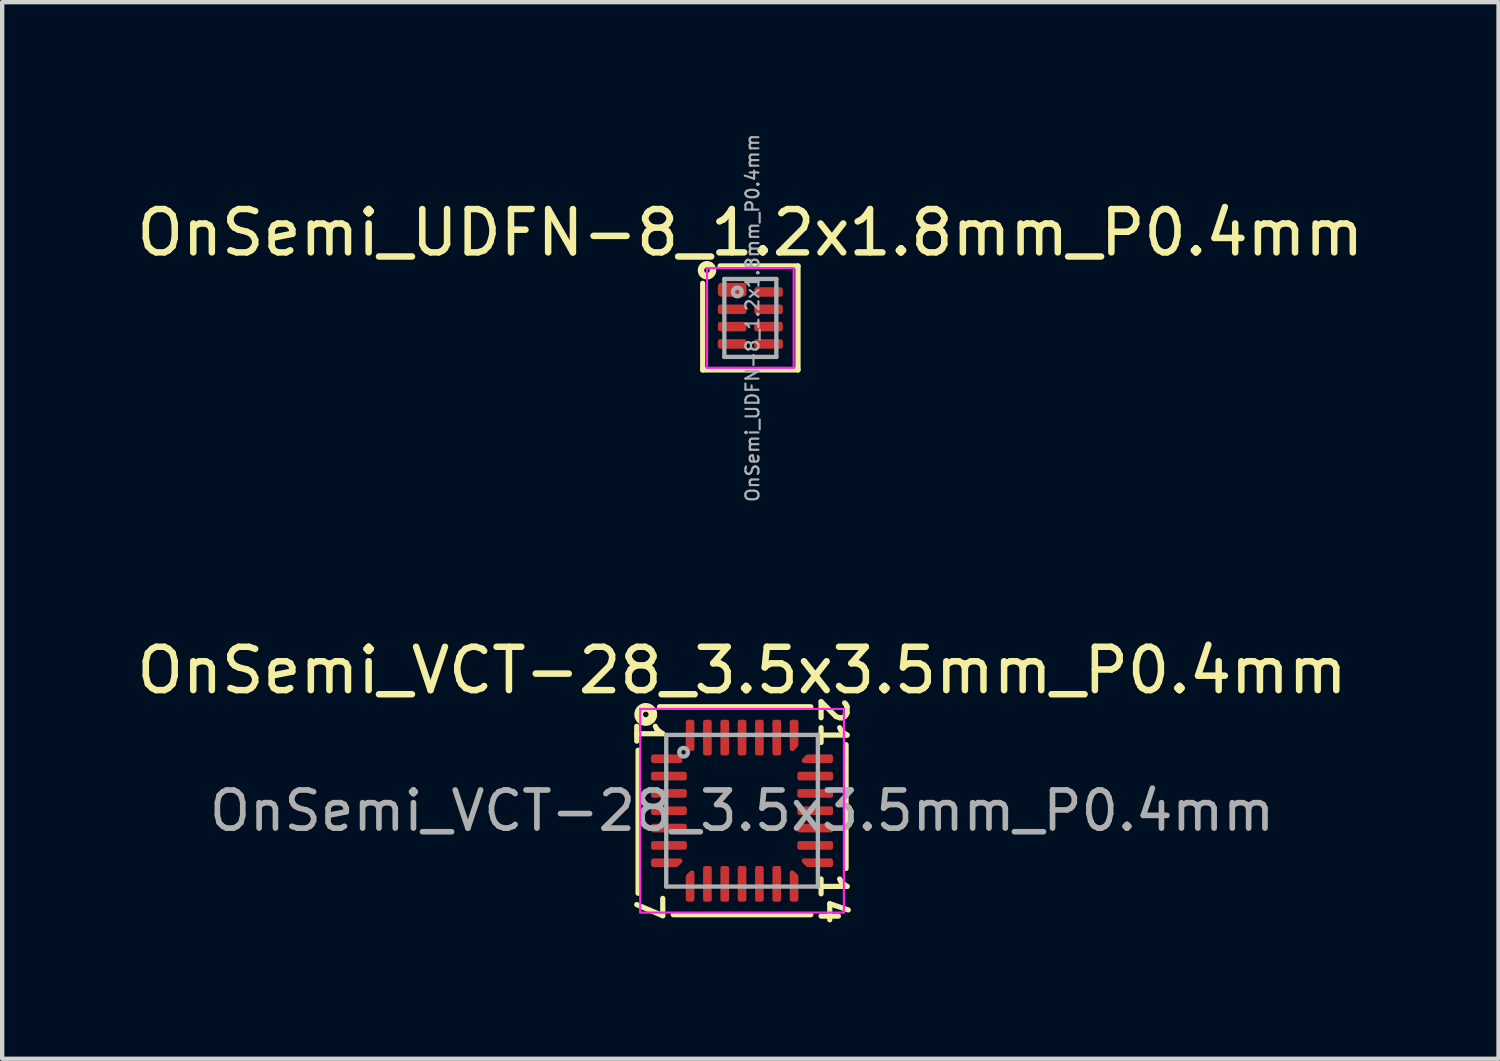
<source format=kicad_pcb>
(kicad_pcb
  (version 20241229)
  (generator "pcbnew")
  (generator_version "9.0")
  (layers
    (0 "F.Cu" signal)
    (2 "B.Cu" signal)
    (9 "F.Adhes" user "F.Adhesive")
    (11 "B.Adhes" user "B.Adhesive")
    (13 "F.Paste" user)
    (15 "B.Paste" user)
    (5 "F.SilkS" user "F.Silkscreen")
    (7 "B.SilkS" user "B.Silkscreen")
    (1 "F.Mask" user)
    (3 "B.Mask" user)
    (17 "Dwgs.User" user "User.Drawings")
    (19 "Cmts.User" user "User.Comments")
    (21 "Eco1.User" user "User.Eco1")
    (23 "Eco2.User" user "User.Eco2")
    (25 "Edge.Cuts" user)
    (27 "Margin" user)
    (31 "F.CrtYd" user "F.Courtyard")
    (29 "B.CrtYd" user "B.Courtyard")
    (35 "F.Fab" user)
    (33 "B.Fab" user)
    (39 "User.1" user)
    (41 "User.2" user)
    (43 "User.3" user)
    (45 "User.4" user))
  (footprint "OnSemi_UDFN-8_1.2x1.8mm_P0.4mm"
    (layer "F.Cu")
    (at 14.268 4.288)
    (property "Reference" "OnSemi_UDFN-8_1.2x1.8mm_P0.4mm" (at 0 -1.968 0) (layer "F.SilkS") (effects (font (size 1 1) (thickness 0.15))))
    (attr smd)
    (fp_line (start -1.1 -0.8) (end -1.1 1.2) (stroke (width 0.12) (type solid)) (layer "F.SilkS"))
    (fp_line (start -1.1 1.2) (end 1.1 1.2) (stroke (width 0.12) (type solid)) (layer "F.SilkS"))
    (fp_line (start 1.1 -1.2) (end -0.699 -1.2) (stroke (width 0.12) (type solid)) (layer "F.SilkS"))
    (fp_line (start 1.1 1.2) (end 1.1 -1.2) (stroke (width 0.12) (type solid)) (layer "F.SilkS"))
    (fp_circle (center -1 -1.1) (end -0.936 -1.1) (stroke (width 0.15) (type solid)) (fill no) (layer "F.SilkS"))
    (fp_line (start -1 -1.15) (end 1 -1.15) (stroke (width 0.05) (type solid)) (layer "F.CrtYd"))
    (fp_line (start -1 1.15) (end -1 -1.15) (stroke (width 0.05) (type solid)) (layer "F.CrtYd"))
    (fp_line (start 1 -1.15) (end 1 1.15) (stroke (width 0.05) (type solid)) (layer "F.CrtYd"))
    (fp_line (start 1 1.15) (end -1 1.15) (stroke (width 0.05) (type solid)) (layer "F.CrtYd"))
    (fp_line (start -0.6 -0.9) (end 0.6 -0.9) (stroke (width 0.1) (type solid)) (layer "F.Fab"))
    (fp_line (start -0.6 0.9) (end -0.6 -0.9) (stroke (width 0.1) (type solid)) (layer "F.Fab"))
    (fp_line (start 0.6 -0.9) (end 0.6 0.9) (stroke (width 0.1) (type solid)) (layer "F.Fab"))
    (fp_line (start 0.6 0.9) (end -0.6 0.9) (stroke (width 0.1) (type solid)) (layer "F.Fab"))
    (fp_circle (center -0.3 -0.6) (end -0.2 -0.6) (stroke (width 0.1) (type solid)) (fill no) (layer "F.Fab"))
    (fp_text user "${REFERENCE}" (at 0.05 0 90) (layer "F.Fab") (effects (font (size 0.3 0.3) (thickness 0.05))))
    (pad "1" smd roundrect (at -0.42 -0.65) (size 0.66 0.32) (layers "F.Cu" "F.Mask" "F.Paste") (roundrect_rratio 0.25))
    (pad "2" smd roundrect (at -0.42 -0.2) (size 0.66 0.22) (layers "F.Cu" "F.Mask" "F.Paste") (roundrect_rratio 0.25))
    (pad "3" smd roundrect (at -0.42 0.2) (size 0.66 0.22) (layers "F.Cu" "F.Mask" "F.Paste") (roundrect_rratio 0.25))
    (pad "4" smd roundrect (at -0.42 0.6) (size 0.66 0.22) (layers "F.Cu" "F.Mask" "F.Paste") (roundrect_rratio 0.25))
    (pad "5" smd roundrect (at 0.42 0.6) (size 0.66 0.22) (layers "F.Cu" "F.Mask" "F.Paste") (roundrect_rratio 0.25))
    (pad "6" smd roundrect (at 0.42 0.2) (size 0.66 0.22) (layers "F.Cu" "F.Mask" "F.Paste") (roundrect_rratio 0.25))
    (pad "7" smd roundrect (at 0.42 -0.2) (size 0.66 0.22) (layers "F.Cu" "F.Mask" "F.Paste") (roundrect_rratio 0.25))
    (pad "8" smd roundrect (at 0.42 -0.6) (size 0.66 0.22) (layers "F.Cu" "F.Mask" "F.Paste") (roundrect_rratio 0.25)))
  (footprint "OnSemi_VCT-28_3.5x3.5mm_P0.4mm"
    (layer "F.Cu")
    (at 14.077 15.662)
    (property "Reference" "OnSemi_VCT-28_3.5x3.5mm_P0.4mm" (at 0 -3.239 0) (layer "F.SilkS") (effects (font (size 1 1) (thickness 0.15))))
    (attr smd)
    (fp_line (start -2.4 1.905) (end -2.4 -1.397) (stroke (width 0.12) (type solid)) (layer "F.SilkS"))
    (fp_line (start -1.905 -2.4) (end 1.587 -2.4) (stroke (width 0.12) (type solid)) (layer "F.SilkS"))
    (fp_line (start 1.587 2.4) (end -1.587 2.4) (stroke (width 0.12) (type solid)) (layer "F.SilkS"))
    (fp_line (start 2.4 -1.524) (end 2.4 1.333) (stroke (width 0.12) (type solid)) (layer "F.SilkS"))
    (fp_circle (center -2.223 -2.223) (end -2.159 -2.223) (stroke (width 0.2) (type solid)) (fill no) (layer "F.SilkS"))
    (fp_line (start -2.35 -2.35) (end -2.35 2.35) (stroke (width 0.05) (type solid)) (layer "F.CrtYd"))
    (fp_line (start -2.35 2.35) (end 2.35 2.35) (stroke (width 0.05) (type solid)) (layer "F.CrtYd"))
    (fp_line (start 2.35 -2.35) (end -2.35 -2.35) (stroke (width 0.05) (type solid)) (layer "F.CrtYd"))
    (fp_line (start 2.35 2.35) (end 2.35 -2.35) (stroke (width 0.05) (type solid)) (layer "F.CrtYd"))
    (fp_line (start -1.75 -1.75) (end 1.75 -1.75) (stroke (width 0.1) (type solid)) (layer "F.Fab"))
    (fp_line (start -1.75 1.75) (end -1.75 -1.75) (stroke (width 0.1) (type solid)) (layer "F.Fab"))
    (fp_line (start 1.75 -1.75) (end 1.75 1.75) (stroke (width 0.1) (type solid)) (layer "F.Fab"))
    (fp_line (start 1.75 1.75) (end -1.75 1.75) (stroke (width 0.1) (type solid)) (layer "F.Fab"))
    (fp_circle (center -1.35 -1.35) (end -1.25 -1.35) (stroke (width 0.1) (type solid)) (fill no) (layer "F.Fab"))
    (fp_text user "1" (at -2.159 -1.778 270) (unlocked yes) (layer "F.SilkS") (effects (font (size 0.6 0.6) (thickness 0.12))))
    (fp_text user "14" (at 2.095 2.032 270) (unlocked yes) (layer "F.SilkS") (effects (font (size 0.6 0.6) (thickness 0.12))))
    (fp_text user "7" (at -2.159 2.223 270) (unlocked yes) (layer "F.SilkS") (effects (font (size 0.6 0.6) (thickness 0.12))))
    (fp_text user "21" (at 2.095 -2.032 270) (unlocked yes) (layer "F.SilkS") (effects (font (size 0.6 0.6) (thickness 0.12))))
    (fp_text user "${REFERENCE}" (at 0 0 0) (layer "F.Fab") (effects (font (size 0.88 0.88) (thickness 0.13))))
    (pad "1" smd custom (at -1.738 -1.2) (size 0.136 0.136) (layers "F.Cu" "F.Mask" "F.Paste") (options (anchor circle)) (primitives (gr_poly (pts (xy 0.312 0.04) (xy 0.312 0.05) (xy -0.312 0.05) (xy -0.312 -0.05) (xy 0.223 -0.05)) (width 0.1) (fill yes))))
    (pad "2" smd roundrect (at -1.688 -0.8) (size 0.825 0.2) (layers "F.Cu" "F.Mask" "F.Paste") (roundrect_rratio 0.25))
    (pad "3" smd roundrect (at -1.688 -0.4) (size 0.825 0.2) (layers "F.Cu" "F.Mask" "F.Paste") (roundrect_rratio 0.25))
    (pad "4" smd roundrect (at -1.688 0) (size 0.825 0.2) (layers "F.Cu" "F.Mask" "F.Paste") (roundrect_rratio 0.25))
    (pad "5" smd roundrect (at -1.688 0.4) (size 0.825 0.2) (layers "F.Cu" "F.Mask" "F.Paste") (roundrect_rratio 0.25))
    (pad "6" smd roundrect (at -1.688 0.8) (size 0.825 0.2) (layers "F.Cu" "F.Mask" "F.Paste") (roundrect_rratio 0.25))
    (pad "7" smd custom (at -1.738 1.2) (size 0.136 0.136) (layers "F.Cu" "F.Mask" "F.Paste") (options (anchor circle)) (primitives (gr_poly (pts (xy 0.312 -0.04) (xy 0.223 0.05) (xy -0.312 0.05) (xy -0.312 -0.05) (xy 0.312 -0.05)) (width 0.1) (fill yes))))
    (pad "8" smd custom (at -1.2 1.738) (size 0.136 0.136) (layers "F.Cu" "F.Mask" "F.Paste") (options (anchor circle)) (primitives (gr_poly (pts (xy 0.05 0.312) (xy -0.05 0.312) (xy -0.05 -0.223) (xy 0.04 -0.312) (xy 0.05 -0.312)) (width 0.1) (fill yes))))
    (pad "9" smd roundrect (at -0.8 1.688) (size 0.2 0.825) (layers "F.Cu" "F.Mask" "F.Paste") (roundrect_rratio 0.25))
    (pad "10" smd roundrect (at -0.4 1.688) (size 0.2 0.825) (layers "F.Cu" "F.Mask" "F.Paste") (roundrect_rratio 0.25))
    (pad "11" smd roundrect (at 0 1.688) (size 0.2 0.825) (layers "F.Cu" "F.Mask" "F.Paste") (roundrect_rratio 0.25))
    (pad "12" smd roundrect (at 0.4 1.688) (size 0.2 0.825) (layers "F.Cu" "F.Mask" "F.Paste") (roundrect_rratio 0.25))
    (pad "13" smd roundrect (at 0.8 1.688) (size 0.2 0.825) (layers "F.Cu" "F.Mask" "F.Paste") (roundrect_rratio 0.25))
    (pad "14" smd custom (at 1.2 1.738) (size 0.136 0.136) (layers "F.Cu" "F.Mask" "F.Paste") (options (anchor circle)) (primitives (gr_poly (pts (xy 0.05 -0.223) (xy 0.05 0.312) (xy -0.05 0.312) (xy -0.05 -0.312) (xy -0.04 -0.312)) (width 0.1) (fill yes))))
    (pad "15" smd custom (at 1.738 1.2) (size 0.136 0.136) (layers "F.Cu" "F.Mask" "F.Paste") (options (anchor circle)) (primitives (gr_poly (pts (xy 0.312 0.05) (xy -0.223 0.05) (xy -0.312 -0.04) (xy -0.312 -0.05) (xy 0.312 -0.05)) (width 0.1) (fill yes))))
    (pad "16" smd roundrect (at 1.688 0.8) (size 0.825 0.2) (layers "F.Cu" "F.Mask" "F.Paste") (roundrect_rratio 0.25))
    (pad "17" smd roundrect (at 1.688 0.4) (size 0.825 0.2) (layers "F.Cu" "F.Mask" "F.Paste") (roundrect_rratio 0.25))
    (pad "18" smd roundrect (at 1.688 0) (size 0.825 0.2) (layers "F.Cu" "F.Mask" "F.Paste") (roundrect_rratio 0.25))
    (pad "19" smd roundrect (at 1.688 -0.4) (size 0.825 0.2) (layers "F.Cu" "F.Mask" "F.Paste") (roundrect_rratio 0.25))
    (pad "20" smd roundrect (at 1.688 -0.8) (size 0.825 0.2) (layers "F.Cu" "F.Mask" "F.Paste") (roundrect_rratio 0.25))
    (pad "21" smd custom (at 1.738 -1.2) (size 0.136 0.136) (layers "F.Cu" "F.Mask" "F.Paste") (options (anchor circle)) (primitives (gr_poly (pts (xy 0.312 0.05) (xy -0.312 0.05) (xy -0.312 0.04) (xy -0.223 -0.05) (xy 0.312 -0.05)) (width 0.1) (fill yes))))
    (pad "22" smd custom (at 1.2 -1.738) (size 0.136 0.136) (layers "F.Cu" "F.Mask" "F.Paste") (options (anchor circle)) (primitives (gr_poly (pts (xy 0.05 0.223) (xy -0.04 0.312) (xy -0.05 0.312) (xy -0.05 -0.312) (xy 0.05 -0.312)) (width 0.1) (fill yes))))
    (pad "23" smd roundrect (at 0.8 -1.688) (size 0.2 0.825) (layers "F.Cu" "F.Mask" "F.Paste") (roundrect_rratio 0.25))
    (pad "24" smd roundrect (at 0.4 -1.688) (size 0.2 0.825) (layers "F.Cu" "F.Mask" "F.Paste") (roundrect_rratio 0.25))
    (pad "25" smd roundrect (at 0 -1.688) (size 0.2 0.825) (layers "F.Cu" "F.Mask" "F.Paste") (roundrect_rratio 0.25))
    (pad "26" smd roundrect (at -0.4 -1.688) (size 0.2 0.825) (layers "F.Cu" "F.Mask" "F.Paste") (roundrect_rratio 0.25))
    (pad "27" smd roundrect (at -0.8 -1.688) (size 0.2 0.825) (layers "F.Cu" "F.Mask" "F.Paste") (roundrect_rratio 0.25))
    (pad "28" smd custom (at -1.2 -1.738) (size 0.136 0.136) (layers "F.Cu" "F.Mask" "F.Paste") (options (anchor circle)) (primitives (gr_poly (pts (xy 0.05 0.312) (xy 0.04 0.312) (xy -0.05 0.223) (xy -0.05 -0.312) (xy 0.05 -0.312)) (width 0.1) (fill yes)))))
  (gr_rect
    (start -3 -3)
    (end 31.536 21.386)
    (stroke (width 0.1) (type default))
    (fill no)
    (layer "Edge.Cuts")))
</source>
